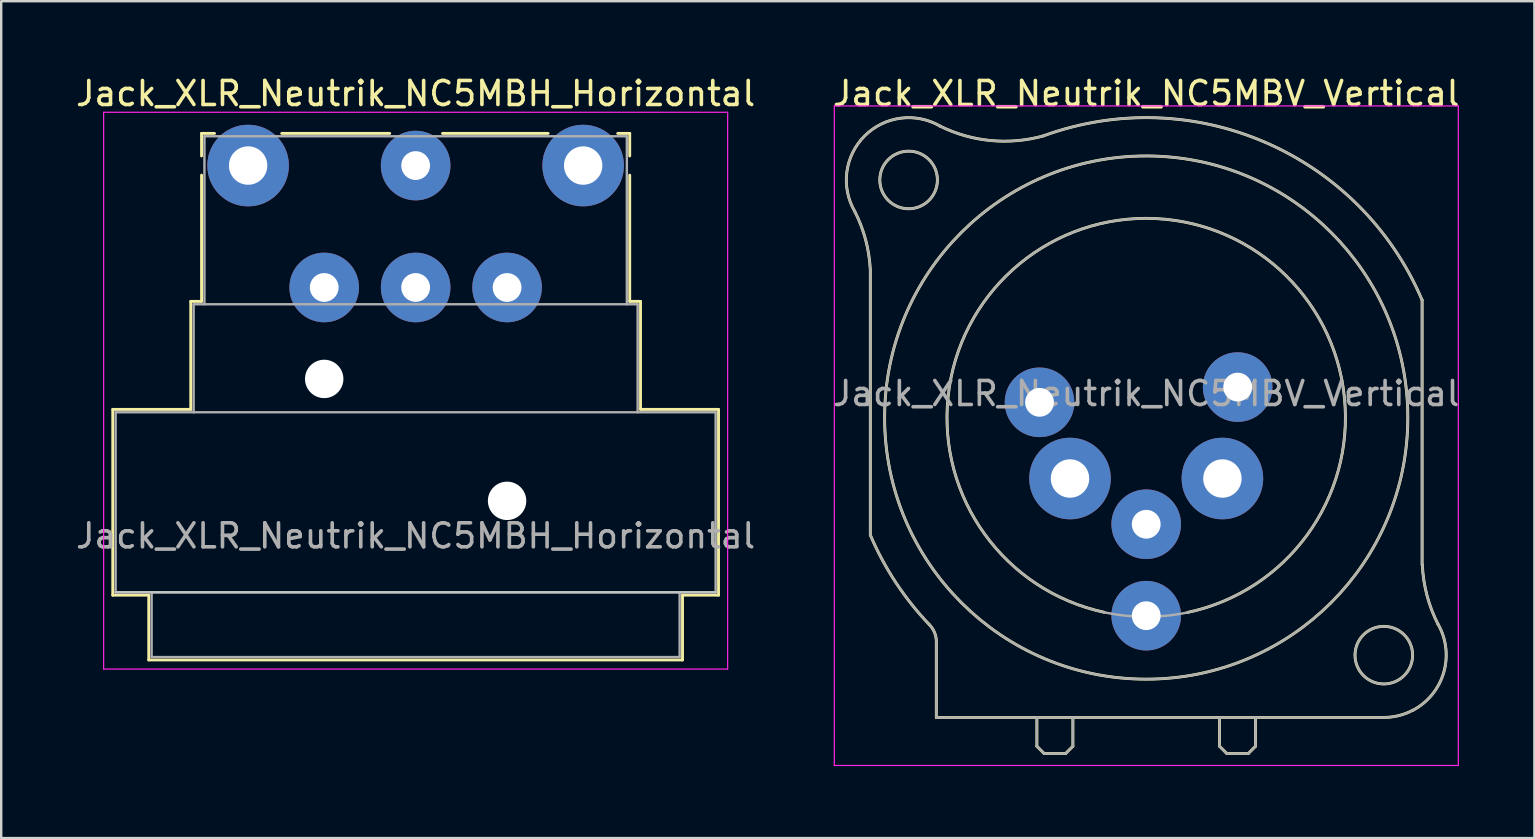
<source format=kicad_pcb>
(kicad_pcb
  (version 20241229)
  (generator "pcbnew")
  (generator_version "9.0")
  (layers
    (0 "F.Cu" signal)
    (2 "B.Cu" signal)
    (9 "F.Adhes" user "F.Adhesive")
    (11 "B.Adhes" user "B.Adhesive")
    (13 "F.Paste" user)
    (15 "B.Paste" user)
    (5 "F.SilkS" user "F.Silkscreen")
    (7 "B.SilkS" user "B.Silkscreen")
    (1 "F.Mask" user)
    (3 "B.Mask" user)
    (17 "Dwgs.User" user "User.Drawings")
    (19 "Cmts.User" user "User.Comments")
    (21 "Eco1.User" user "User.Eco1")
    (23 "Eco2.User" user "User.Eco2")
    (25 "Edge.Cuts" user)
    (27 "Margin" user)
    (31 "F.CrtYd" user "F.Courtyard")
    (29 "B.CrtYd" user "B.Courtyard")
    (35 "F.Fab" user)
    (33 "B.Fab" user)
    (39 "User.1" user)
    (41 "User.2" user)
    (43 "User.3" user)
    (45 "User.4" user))
  (footprint "Jack_XLR_Neutrik_NC5MBH_Horizontal"
    (layer "F.Cu")
    (at 7.288 3.848)
    (property "Reference" "Jack_XLR_Neutrik_NC5MBH_Horizontal" (at 6.98 -3 0) (layer "F.SilkS") (effects (font (size 1 1) (thickness 0.15))))
    (attr through_hole)
    (fp_line (start -5.64 10.16) (end -2.39 10.16) (stroke (width 0.12) (type solid)) (layer "F.SilkS"))
    (fp_line (start -5.64 17.9) (end -5.64 10.16) (stroke (width 0.12) (type solid)) (layer "F.SilkS"))
    (fp_line (start -4.14 17.9) (end -5.64 17.9) (stroke (width 0.12) (type solid)) (layer "F.SilkS"))
    (fp_line (start -4.14 17.9) (end -4.14 20.6) (stroke (width 0.12) (type solid)) (layer "F.SilkS"))
    (fp_line (start -2.39 10.16) (end -2.39 5.66) (stroke (width 0.12) (type solid)) (layer "F.SilkS"))
    (fp_line (start -1.94 -1.34) (end -1.94 -0.4) (stroke (width 0.12) (type solid)) (layer "F.SilkS"))
    (fp_line (start -1.94 -1.34) (end -1.4 -1.34) (stroke (width 0.12) (type solid)) (layer "F.SilkS"))
    (fp_line (start -1.94 5.66) (end -2.39 5.66) (stroke (width 0.12) (type solid)) (layer "F.SilkS"))
    (fp_line (start -1.94 5.66) (end -1.94 0.4) (stroke (width 0.12) (type solid)) (layer "F.SilkS"))
    (fp_line (start 5.9 -1.34) (end 1.4 -1.34) (stroke (width 0.12) (type solid)) (layer "F.SilkS"))
    (fp_line (start 12.5 -1.34) (end 8.1 -1.34) (stroke (width 0.12) (type solid)) (layer "F.SilkS"))
    (fp_line (start 15.9 -1.34) (end 15.4 -1.34) (stroke (width 0.12) (type solid)) (layer "F.SilkS"))
    (fp_line (start 15.9 -1.34) (end 15.9 -0.4) (stroke (width 0.12) (type solid)) (layer "F.SilkS"))
    (fp_line (start 15.9 5.66) (end 15.9 0.4) (stroke (width 0.12) (type solid)) (layer "F.SilkS"))
    (fp_line (start 15.9 5.66) (end 16.35 5.66) (stroke (width 0.12) (type solid)) (layer "F.SilkS"))
    (fp_line (start 16.35 10.16) (end 16.35 5.66) (stroke (width 0.12) (type solid)) (layer "F.SilkS"))
    (fp_line (start 16.35 10.16) (end 19.6 10.16) (stroke (width 0.12) (type solid)) (layer "F.SilkS"))
    (fp_line (start 18.1 17.9) (end 18.1 20.6) (stroke (width 0.12) (type solid)) (layer "F.SilkS"))
    (fp_line (start 18.1 20.6) (end -4.14 20.6) (stroke (width 0.12) (type solid)) (layer "F.SilkS"))
    (fp_line (start 19.6 17.9) (end 18.1 17.9) (stroke (width 0.12) (type solid)) (layer "F.SilkS"))
    (fp_line (start 19.6 17.9) (end 19.6 10.16) (stroke (width 0.12) (type solid)) (layer "F.SilkS"))
    (fp_line (start 19.48 17.78) (end -5.52 17.78) (stroke (width 0.1) (type solid)) (layer "Dwgs.User"))
    (fp_line (start -6.02 20.98) (end -6.02 -2.22) (stroke (width 0.05) (type solid)) (layer "F.CrtYd"))
    (fp_line (start 19.98 -2.22) (end -6.02 -2.22) (stroke (width 0.05) (type solid)) (layer "F.CrtYd"))
    (fp_line (start 19.98 20.98) (end -6.02 20.98) (stroke (width 0.05) (type solid)) (layer "F.CrtYd"))
    (fp_line (start 19.98 20.98) (end 19.98 -2.22) (stroke (width 0.05) (type solid)) (layer "F.CrtYd"))
    (fp_line (start -5.52 10.28) (end 19.48 10.28) (stroke (width 0.1) (type solid)) (layer "F.Fab"))
    (fp_line (start -5.52 17.78) (end -5.52 10.28) (stroke (width 0.1) (type solid)) (layer "F.Fab"))
    (fp_line (start -4.02 20.48) (end -4.02 17.78) (stroke (width 0.1) (type solid)) (layer "F.Fab"))
    (fp_line (start -2.27 5.78) (end -2.27 10.28) (stroke (width 0.1) (type solid)) (layer "F.Fab"))
    (fp_line (start -2.27 5.78) (end 16.23 5.78) (stroke (width 0.1) (type solid)) (layer "F.Fab"))
    (fp_line (start -1.82 5.78) (end -1.82 -1.22) (stroke (width 0.1) (type solid)) (layer "F.Fab"))
    (fp_line (start 15.78 -1.22) (end -1.82 -1.22) (stroke (width 0.1) (type solid)) (layer "F.Fab"))
    (fp_line (start 15.78 5.78) (end 15.78 -1.22) (stroke (width 0.1) (type solid)) (layer "F.Fab"))
    (fp_line (start 16.23 10.28) (end 16.23 5.78) (stroke (width 0.1) (type solid)) (layer "F.Fab"))
    (fp_line (start 17.98 17.78) (end 17.98 20.48) (stroke (width 0.1) (type solid)) (layer "F.Fab"))
    (fp_line (start 17.98 20.48) (end -4.02 20.48) (stroke (width 0.1) (type solid)) (layer "F.Fab"))
    (fp_line (start 19.48 10.28) (end 19.48 17.78) (stroke (width 0.1) (type solid)) (layer "F.Fab"))
    (fp_line (start 19.48 17.78) (end -5.52 17.78) (stroke (width 0.1) (type solid)) (layer "F.Fab"))
    (fp_text user "${REFERENCE}" (at 6.98 15.43 0) (layer "F.Fab") (effects (font (size 1 1) (thickness 0.15))))
    (pad "" np_thru_hole circle (at 3.17 8.89) (size 1.6 1.6) (drill 1.6) (layers "*.Cu" "*.Mask"))
    (pad "" np_thru_hole circle (at 10.79 13.97) (size 1.6 1.6) (drill 1.6) (layers "*.Cu" "*.Mask"))
    (pad "1" thru_hole circle (at 0 0) (size 3.4 3.4) (drill 1.6) (layers "*.Cu" "*.Mask"))
    (pad "2" thru_hole circle (at 3.17 5.08) (size 2.9 2.9) (drill 1.2) (layers "*.Cu" "*.Mask"))
    (pad "3" thru_hole circle (at 6.98 0) (size 2.9 2.9) (drill 1.2) (layers "*.Cu" "*.Mask"))
    (pad "4" thru_hole circle (at 10.79 5.08) (size 2.9 2.9) (drill 1.2) (layers "*.Cu" "*.Mask"))
    (pad "5" thru_hole circle (at 13.96 0) (size 3.4 3.4) (drill 1.6) (layers "*.Cu" "*.Mask"))
    (pad "G" thru_hole circle (at 6.98 5.08) (size 2.9 2.9) (drill 1.2) (layers "*.Cu" "*.Mask")))
  (footprint "Jack_XLR_Neutrik_NC5MBV_Vertical"
    (layer "F.Cu")
    (at 40.263 13.713)
    (property "Reference" "Jack_XLR_Neutrik_NC5MBV_Vertical" (at 4.445 -12.865 0) (layer "F.SilkS") (effects (font (size 1 1) (thickness 0.15))))
    (attr through_hole)
    (fp_line (start -7.05 -5.5) (end -7.05 5.53) (stroke (width 0.12) (type solid)) (layer "F.SilkS"))
    (fp_line (start -4.3 9.97) (end -4.3 13.13) (stroke (width 0.12) (type solid)) (layer "F.SilkS"))
    (fp_line (start -0.11 13.13) (end -0.11 14.33) (stroke (width 0.12) (type solid)) (layer "F.SilkS"))
    (fp_line (start -0.11 14.33) (end 0.19 14.63) (stroke (width 0.12) (type solid)) (layer "F.SilkS"))
    (fp_line (start 0.19 14.63) (end 1.09 14.63) (stroke (width 0.12) (type solid)) (layer "F.SilkS"))
    (fp_line (start 1.39 13.13) (end 1.39 14.33) (stroke (width 0.12) (type solid)) (layer "F.SilkS"))
    (fp_line (start 1.39 14.33) (end 1.09 14.63) (stroke (width 0.12) (type solid)) (layer "F.SilkS"))
    (fp_line (start 7.5 13.13) (end 7.5 14.33) (stroke (width 0.12) (type solid)) (layer "F.SilkS"))
    (fp_line (start 7.5 14.33) (end 7.8 14.63) (stroke (width 0.12) (type solid)) (layer "F.SilkS"))
    (fp_line (start 8.7 14.63) (end 7.8 14.63) (stroke (width 0.12) (type solid)) (layer "F.SilkS"))
    (fp_line (start 9 13.13) (end 9 14.33) (stroke (width 0.12) (type solid)) (layer "F.SilkS"))
    (fp_line (start 9 14.33) (end 8.7 14.63) (stroke (width 0.12) (type solid)) (layer "F.SilkS"))
    (fp_line (start 14.34 13.13) (end -4.3 13.13) (stroke (width 0.12) (type solid)) (layer "F.SilkS"))
    (fp_line (start 15.94 6.77) (end 15.94 -4.26) (stroke (width 0.12) (type solid)) (layer "F.SilkS"))
    (fp_arc (start -7.706072 -7.969016) (mid -7.245016 -6.769854) (end -7.05 -5.5) (stroke (width 0.12) (type solid)) (layer "F.SilkS"))
    (fp_arc (start -7.701898 -7.960402) (mid -7.280108 -11.106809) (end -4.13 -11.5) (stroke (width 0.12) (type solid)) (layer "F.SilkS"))
    (fp_arc (start -4.57767 9.277192) (mid -5.983521 7.515552) (end -7.05 5.53) (stroke (width 0.12) (type solid)) (layer "F.SilkS"))
    (fp_arc (start -4.577033 9.279118) (mid -4.371839 9.597822) (end -4.3 9.97) (stroke (width 0.12) (type solid)) (layer "F.SilkS"))
    (fp_arc (start 0.155138 -11.099295) (mid -2.024203 -10.906412) (end -4.13 -11.5) (stroke (width 0.12) (type solid)) (layer "F.SilkS"))
    (fp_arc (start 0.15831 -11.100431) (mid 9.413683 -10.828344) (end 15.94 -4.26) (stroke (width 0.12) (type solid)) (layer "F.SilkS"))
    (fp_arc (start 2.7 8.75) (mid 4.457421 -7.665488) (end 6.165706 8.755186) (stroke (width 0.12) (type solid)) (layer "F.SilkS"))
    (fp_arc (start 15.548589 12.832023) (mid 14.96239 13.054406) (end 14.34 13.13) (stroke (width 0.12) (type solid)) (layer "F.SilkS"))
    (fp_arc (start 16.602795 9.242305) (mid 16.840071 11.256668) (end 15.56 12.83) (stroke (width 0.12) (type solid)) (layer "F.SilkS"))
    (fp_arc (start 16.607596 9.253415) (mid 16.144453 8.047281) (end 15.95 6.77) (stroke (width 0.12) (type solid)) (layer "F.SilkS"))
    (fp_circle (center -5.455 -9.265) (end -4.255 -9.265) (stroke (width 0.12) (type solid)) (fill no) (layer "F.SilkS"))
    (fp_circle (center 4.445 0.635) (end 15.345 0.635) (stroke (width 0.12) (type solid)) (fill no) (layer "F.SilkS"))
    (fp_circle (center 14.345 10.535) (end 15.545 10.535) (stroke (width 0.12) (type solid)) (fill no) (layer "F.SilkS"))
    (fp_line (start -8.55 -12.35) (end 17.45 -12.35) (stroke (width 0.05) (type solid)) (layer "F.CrtYd"))
    (fp_line (start -8.55 15.13) (end -8.55 -12.35) (stroke (width 0.05) (type solid)) (layer "F.CrtYd"))
    (fp_line (start 17.45 -12.35) (end 17.45 15.13) (stroke (width 0.05) (type solid)) (layer "F.CrtYd"))
    (fp_line (start 17.45 15.13) (end -8.55 15.13) (stroke (width 0.05) (type solid)) (layer "F.CrtYd"))
    (fp_line (start -7.05 -5.5) (end -7.05 5.53) (stroke (width 0.1) (type solid)) (layer "F.Fab"))
    (fp_line (start -4.3 9.97) (end -4.3 13.13) (stroke (width 0.1) (type solid)) (layer "F.Fab"))
    (fp_line (start -0.11 13.13) (end -0.11 14.33) (stroke (width 0.1) (type solid)) (layer "F.Fab"))
    (fp_line (start -0.11 14.33) (end 0.19 14.63) (stroke (width 0.1) (type solid)) (layer "F.Fab"))
    (fp_line (start 0.19 14.63) (end 1.09 14.63) (stroke (width 0.1) (type solid)) (layer "F.Fab"))
    (fp_line (start 1.39 13.13) (end 1.39 14.33) (stroke (width 0.1) (type solid)) (layer "F.Fab"))
    (fp_line (start 1.39 14.33) (end 1.09 14.63) (stroke (width 0.1) (type solid)) (layer "F.Fab"))
    (fp_line (start 7.5 13.13) (end 7.5 14.33) (stroke (width 0.1) (type solid)) (layer "F.Fab"))
    (fp_line (start 7.5 14.33) (end 7.8 14.63) (stroke (width 0.1) (type solid)) (layer "F.Fab"))
    (fp_line (start 8.7 14.63) (end 7.8 14.63) (stroke (width 0.1) (type solid)) (layer "F.Fab"))
    (fp_line (start 9 13.13) (end 9 14.33) (stroke (width 0.1) (type solid)) (layer "F.Fab"))
    (fp_line (start 9 14.33) (end 8.7 14.63) (stroke (width 0.1) (type solid)) (layer "F.Fab"))
    (fp_line (start 14.34 13.13) (end -4.3 13.13) (stroke (width 0.1) (type solid)) (layer "F.Fab"))
    (fp_line (start 15.94 6.77) (end 15.94 -4.26) (stroke (width 0.1) (type solid)) (layer "F.Fab"))
    (fp_arc (start -7.706072 -7.969016) (mid -7.245016 -6.769854) (end -7.05 -5.5) (stroke (width 0.1) (type solid)) (layer "F.Fab"))
    (fp_arc (start -7.701898 -7.960402) (mid -7.280108 -11.106809) (end -4.13 -11.5) (stroke (width 0.1) (type solid)) (layer "F.Fab"))
    (fp_arc (start -4.57767 9.277192) (mid -5.983521 7.515552) (end -7.05 5.53) (stroke (width 0.1) (type solid)) (layer "F.Fab"))
    (fp_arc (start -4.577033 9.279118) (mid -4.371839 9.597822) (end -4.3 9.97) (stroke (width 0.1) (type solid)) (layer "F.Fab"))
    (fp_arc (start 0.155138 -11.099295) (mid -2.024203 -10.906412) (end -4.13 -11.5) (stroke (width 0.1) (type solid)) (layer "F.Fab"))
    (fp_arc (start 0.15831 -11.100431) (mid 9.413683 -10.828344) (end 15.94 -4.26) (stroke (width 0.1) (type solid)) (layer "F.Fab"))
    (fp_arc (start 16.564991 9.168414) (mid 16.616945 11.80321) (end 14.34 13.13) (stroke (width 0.1) (type solid)) (layer "F.Fab"))
    (fp_arc (start 16.574479 9.187942) (mid 16.135172 8.011789) (end 15.95 6.77) (stroke (width 0.1) (type solid)) (layer "F.Fab"))
    (fp_circle (center -5.455 -9.265) (end -4.255 -9.265) (stroke (width 0.1) (type solid)) (fill no) (layer "F.Fab"))
    (fp_circle (center 4.445 0.635) (end 12.745 0.635) (stroke (width 0.1) (type solid)) (fill no) (layer "F.Fab"))
    (fp_circle (center 4.445 0.635) (end 15.345 0.635) (stroke (width 0.1) (type solid)) (fill no) (layer "F.Fab"))
    (fp_circle (center 14.345 10.535) (end 15.545 10.535) (stroke (width 0.1) (type solid)) (fill no) (layer "F.Fab"))
    (fp_text user "${REFERENCE}" (at 4.445 -0.365 0) (layer "F.Fab") (effects (font (size 1 1) (thickness 0.15))))
    (pad "1" thru_hole circle (at 0 0) (size 2.9 2.9) (drill 1.2) (layers "*.Cu" "*.Mask"))
    (pad "2" thru_hole circle (at 1.27 3.175) (size 3.4 3.4) (drill 1.6) (layers "*.Cu" "*.Mask"))
    (pad "3" thru_hole circle (at 4.445 5.08) (size 2.9 2.9) (drill 1.2) (layers "*.Cu" "*.Mask"))
    (pad "4" thru_hole circle (at 7.62 3.175) (size 3.4 3.4) (drill 1.6) (layers "*.Cu" "*.Mask"))
    (pad "5" thru_hole circle (at 8.255 -0.635) (size 2.9 2.9) (drill 1.2) (layers "*.Cu" "*.Mask"))
    (pad "G" thru_hole circle (at 4.445 8.89) (size 2.9 2.9) (drill 1.2) (layers "*.Cu" "*.Mask")))
  (gr_rect
    (start -3 -3)
    (end 60.881 31.868)
    (stroke (width 0.1) (type default))
    (fill no)
    (layer "Edge.Cuts")))
</source>
